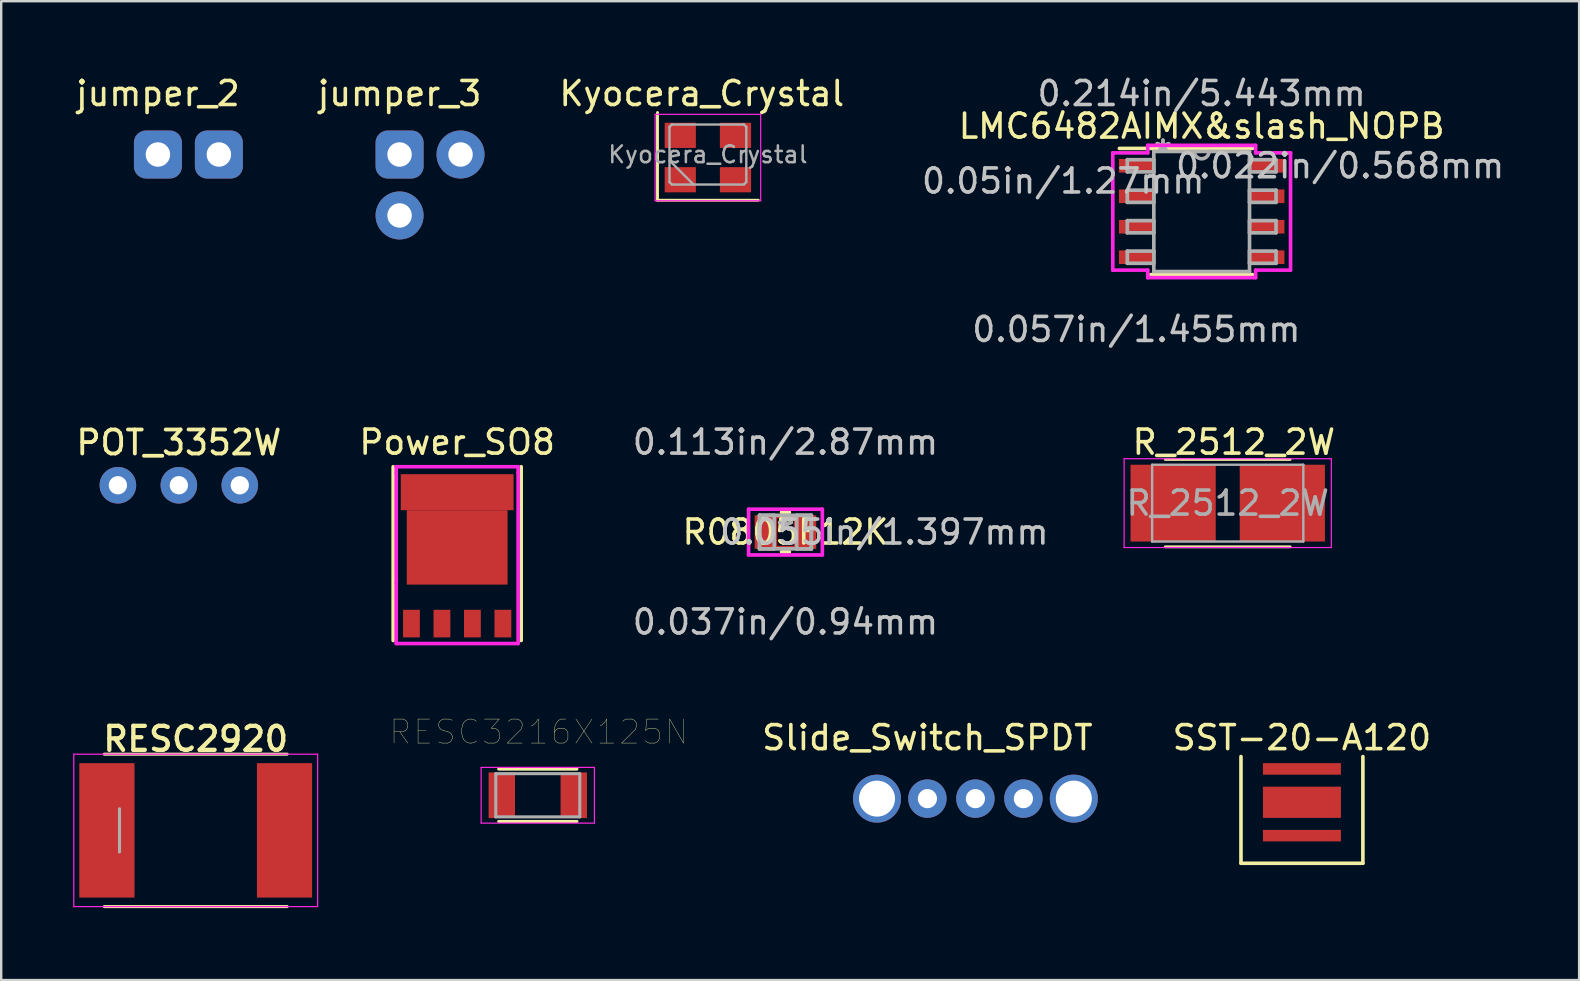
<source format=kicad_pcb>
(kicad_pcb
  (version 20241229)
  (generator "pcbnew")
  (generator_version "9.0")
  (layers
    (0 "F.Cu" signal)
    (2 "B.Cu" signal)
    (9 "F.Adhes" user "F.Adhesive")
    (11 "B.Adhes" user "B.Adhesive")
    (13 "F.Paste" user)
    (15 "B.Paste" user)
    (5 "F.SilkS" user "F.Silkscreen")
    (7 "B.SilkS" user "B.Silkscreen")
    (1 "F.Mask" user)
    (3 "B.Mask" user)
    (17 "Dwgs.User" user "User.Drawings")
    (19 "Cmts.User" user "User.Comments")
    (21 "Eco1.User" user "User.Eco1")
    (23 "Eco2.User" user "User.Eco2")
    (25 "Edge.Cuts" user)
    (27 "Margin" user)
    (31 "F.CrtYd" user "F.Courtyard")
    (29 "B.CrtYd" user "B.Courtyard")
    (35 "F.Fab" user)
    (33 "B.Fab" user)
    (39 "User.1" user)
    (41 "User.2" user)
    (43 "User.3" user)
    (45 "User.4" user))
  (footprint "Kyocera_Crystal"
    (layer "F.Cu")
    (at 26.447 3.515)
    (property "Reference" "Kyocera_Crystal" (at -0.254 -2.667 0) (layer "F.SilkS") (effects (font (size 1 1) (thickness 0.15))))
    (attr through_hole)
    (fp_line (start -2.1 -1.877) (end -2.1 1.778) (stroke (width 0.12) (type solid)) (layer "F.SilkS"))
    (fp_line (start -2.1 1.778) (end 2.1 1.778) (stroke (width 0.12) (type solid)) (layer "F.SilkS"))
    (fp_line (start -2.2 -1.8) (end -2.2 1.8) (stroke (width 0.05) (type solid)) (layer "F.CrtYd"))
    (fp_line (start -2.2 1.8) (end 2.2 1.8) (stroke (width 0.05) (type solid)) (layer "F.CrtYd"))
    (fp_line (start 2.2 -1.8) (end -2.2 -1.8) (stroke (width 0.05) (type solid)) (layer "F.CrtYd"))
    (fp_line (start 2.2 1.8) (end 2.2 -1.8) (stroke (width 0.05) (type solid)) (layer "F.CrtYd"))
    (fp_line (start -1.6 -1.277) (end -1.5 -1.377) (stroke (width 0.1) (type solid)) (layer "F.Fab"))
    (fp_line (start -1.6 0.123) (end -0.6 1.123) (stroke (width 0.1) (type solid)) (layer "F.Fab"))
    (fp_line (start -1.6 1.023) (end -1.6 -1.277) (stroke (width 0.1) (type solid)) (layer "F.Fab"))
    (fp_line (start -1.5 -1.377) (end 1.5 -1.377) (stroke (width 0.1) (type solid)) (layer "F.Fab"))
    (fp_line (start -1.5 1.123) (end -1.6 1.023) (stroke (width 0.1) (type solid)) (layer "F.Fab"))
    (fp_line (start 1.5 -1.377) (end 1.6 -1.277) (stroke (width 0.1) (type solid)) (layer "F.Fab"))
    (fp_line (start 1.5 1.123) (end -1.5 1.123) (stroke (width 0.1) (type solid)) (layer "F.Fab"))
    (fp_line (start 1.6 -1.277) (end 1.6 1.023) (stroke (width 0.1) (type solid)) (layer "F.Fab"))
    (fp_line (start 1.6 1.023) (end 1.5 1.123) (stroke (width 0.1) (type solid)) (layer "F.Fab"))
    (fp_text user "${REFERENCE}" (at 0 -0.127 0) (layer "F.Fab") (effects (font (size 0.7 0.7) (thickness 0.105))))
    (pad "1" smd rect (at -1.15 0.925) (size 1.3 1.05) (layers "F.Cu" "F.Mask" "F.Paste"))
    (pad "2" smd rect (at 1.15 0.925) (size 1.3 1.05) (layers "F.Cu" "F.Mask" "F.Paste"))
    (pad "3" smd rect (at 1.15 -0.925) (size 1.3 1.05) (layers "F.Cu" "F.Mask" "F.Paste"))
    (pad "4" smd rect (at -1.15 -0.925) (size 1.3 1.05) (layers "F.Cu" "F.Mask" "F.Paste")))
  (footprint "R0805F12K"
    (layer "F.Cu")
    (at 29.679 19.121)
    (property "Reference" "R0805F12K" (at 0 0 0) (layer "F.SilkS") (effects (font (size 1 1) (thickness 0.15))))
    (attr through_hole)
    (fp_line (start -0.419 -0.648) (end 0.419 -0.648) (stroke (width 0.152) (type solid)) (layer "F.Cu"))
    (fp_line (start -0.419 0.648) (end -0.419 -0.648) (stroke (width 0.152) (type solid)) (layer "F.Cu"))
    (fp_line (start 0.419 -0.648) (end 0.419 0.648) (stroke (width 0.152) (type solid)) (layer "F.Cu"))
    (fp_line (start 0.419 0.648) (end -0.419 0.648) (stroke (width 0.152) (type solid)) (layer "F.Cu"))
    (fp_line (start -0.162 0.826) (end 0.162 0.826) (stroke (width 0.152) (type solid)) (layer "F.SilkS"))
    (fp_line (start 0.162 -0.826) (end -0.162 -0.826) (stroke (width 0.152) (type solid)) (layer "F.SilkS"))
    (fp_line (start -1.537 -0.953) (end 1.537 -0.953) (stroke (width 0.152) (type solid)) (layer "F.CrtYd"))
    (fp_line (start -1.537 0.953) (end -1.537 -0.953) (stroke (width 0.152) (type solid)) (layer "F.CrtYd"))
    (fp_line (start 1.537 -0.953) (end 1.537 0.953) (stroke (width 0.152) (type solid)) (layer "F.CrtYd"))
    (fp_line (start 1.537 0.953) (end -1.537 0.953) (stroke (width 0.152) (type solid)) (layer "F.CrtYd"))
    (fp_line (start -1.079 -0.699) (end -1.079 0.699) (stroke (width 0.152) (type solid)) (layer "F.Fab"))
    (fp_line (start -1.079 -0.699) (end -1.079 0.699) (stroke (width 0.152) (type solid)) (layer "F.Fab"))
    (fp_line (start -1.079 0.699) (end -0.47 0.699) (stroke (width 0.152) (type solid)) (layer "F.Fab"))
    (fp_line (start -1.079 0.699) (end 1.079 0.699) (stroke (width 0.152) (type solid)) (layer "F.Fab"))
    (fp_line (start -0.47 -0.699) (end -1.079 -0.699) (stroke (width 0.152) (type solid)) (layer "F.Fab"))
    (fp_line (start -0.47 0.699) (end -0.47 -0.699) (stroke (width 0.152) (type solid)) (layer "F.Fab"))
    (fp_line (start 0.47 -0.699) (end 0.47 0.699) (stroke (width 0.152) (type solid)) (layer "F.Fab"))
    (fp_line (start 0.47 0.699) (end 1.079 0.699) (stroke (width 0.152) (type solid)) (layer "F.Fab"))
    (fp_line (start 1.079 -0.699) (end -1.079 -0.699) (stroke (width 0.152) (type solid)) (layer "F.Fab"))
    (fp_line (start 1.079 -0.699) (end 0.47 -0.699) (stroke (width 0.152) (type solid)) (layer "F.Fab"))
    (fp_line (start 1.079 0.699) (end 1.079 -0.699) (stroke (width 0.152) (type solid)) (layer "F.Fab"))
    (fp_line (start 1.079 0.699) (end 1.079 -0.699) (stroke (width 0.152) (type solid)) (layer "F.Fab"))
    (fp_text user "*" (at 0 0 0) (layer "F.SilkS") (effects (font (size 1 1) (thickness 0.15))))
    (fp_text user "0.055in/1.397mm" (at 4.128 0 0) (layer "Dwgs.User") (effects (font (size 1 1) (thickness 0.15))))
    (fp_text user "0.037in/0.94mm" (at 0 3.747 0) (layer "Dwgs.User") (effects (font (size 1 1) (thickness 0.15))))
    (fp_text user "0.113in/2.87mm" (at 0 -3.747 0) (layer "Dwgs.User") (effects (font (size 1 1) (thickness 0.15))))
    (fp_text user "Copyright 2016 Accelerated Designs. All rights reserved." (at 0 0 0) (layer "Cmts.User") (effects (font (size 0.127 0.127) (thickness 0.002))))
    (fp_text user "*" (at 0 0 0) (layer "F.Fab") (effects (font (size 1 1) (thickness 0.15))))
    (pad "1" smd rect (at -0.876 0) (size 0.813 1.397) (layers "F.Cu" "F.Mask" "F.Paste"))
    (pad "2" smd rect (at 0.876 0) (size 0.813 1.397) (layers "F.Cu" "F.Mask" "F.Paste")))
  (footprint "RESC2920"
    (layer "F.Cu")
    (at 5.105 31.551)
    (property "Reference" "RESC2920" (at 0 -3.81 0) (layer "F.SilkS") (effects (font (size 1.001 1.001) (thickness 0.18))))
    (attr through_hole)
    (fp_line (start -3.81 -3.175) (end 3.81 -3.175) (stroke (width 0.127) (type solid)) (layer "F.SilkS"))
    (fp_line (start -3.81 3.175) (end 3.81 3.175) (stroke (width 0.127) (type solid)) (layer "F.SilkS"))
    (fp_line (start -5.08 -3.175) (end 5.08 -3.175) (stroke (width 0.05) (type solid)) (layer "F.CrtYd"))
    (fp_line (start -5.08 3.175) (end -5.08 -3.175) (stroke (width 0.05) (type solid)) (layer "F.CrtYd"))
    (fp_line (start 5.08 -3.175) (end 5.08 3.175) (stroke (width 0.05) (type solid)) (layer "F.CrtYd"))
    (fp_line (start 5.08 3.175) (end -5.08 3.175) (stroke (width 0.05) (type solid)) (layer "F.CrtYd"))
    (fp_line (start -3.175 0.9) (end -3.175 -0.9) (stroke (width 0.127) (type solid)) (layer "F.Fab"))
    (pad "1" smd rect (at -3.7 0) (size 2.3 5.6) (layers "F.Cu" "F.Mask" "F.Paste"))
    (pad "2" smd rect (at 3.7 0) (size 2.3 5.6) (layers "F.Cu" "F.Mask" "F.Paste")))
  (footprint "POT_3352W"
    (layer "F.Cu")
    (at 4.402 17.17)
    (property "Reference" "POT_3352W" (at 0 -1.778 0) (layer "F.SilkS") (effects (font (size 1 1) (thickness 0.16))))
    (attr through_hole)
    (pad "1" thru_hole circle (at -2.54 0) (size 1.524 1.524) (drill 0.762) (layers "*.Cu" "*.Mask"))
    (pad "2" thru_hole circle (at 0 0) (size 1.524 1.524) (drill 0.762) (layers "*.Cu" "*.Mask"))
    (pad "3" thru_hole circle (at 2.54 0) (size 1.524 1.524) (drill 0.762) (layers "*.Cu" "*.Mask")))
  (footprint "RESC3216X125N"
    (layer "F.Cu")
    (at 19.359 30.088)
    (property "Reference" "RESC3216X125N" (at 0.04 -2.637 0) (layer "F.SilkS") (effects (font (size 1.001 1.001) (thickness 0.015))))
    (attr through_hole)
    (fp_line (start -1.63 -1.09) (end 1.63 -1.09) (stroke (width 0.127) (type solid)) (layer "F.SilkS"))
    (fp_line (start -1.63 1.09) (end 1.63 1.09) (stroke (width 0.127) (type solid)) (layer "F.SilkS"))
    (fp_line (start -2.36 -1.16) (end 2.36 -1.16) (stroke (width 0.05) (type solid)) (layer "F.CrtYd"))
    (fp_line (start -2.36 1.16) (end -2.36 -1.16) (stroke (width 0.05) (type solid)) (layer "F.CrtYd"))
    (fp_line (start 2.36 -1.16) (end 2.36 1.16) (stroke (width 0.05) (type solid)) (layer "F.CrtYd"))
    (fp_line (start 2.36 1.16) (end -2.36 1.16) (stroke (width 0.05) (type solid)) (layer "F.CrtYd"))
    (fp_line (start -1.75 -0.9) (end 1.75 -0.9) (stroke (width 0.127) (type solid)) (layer "F.Fab"))
    (fp_line (start -1.75 0.9) (end -1.75 -0.9) (stroke (width 0.127) (type solid)) (layer "F.Fab"))
    (fp_line (start 1.75 -0.9) (end 1.75 0.9) (stroke (width 0.127) (type solid)) (layer "F.Fab"))
    (fp_line (start 1.75 0.9) (end -1.75 0.9) (stroke (width 0.127) (type solid)) (layer "F.Fab"))
    (pad "1" smd rect (at -1.5 0) (size 1.1 1.9) (layers "F.Cu" "F.Mask" "F.Paste"))
    (pad "2" smd rect (at 1.5 0) (size 1.1 1.9) (layers "F.Cu" "F.Mask" "F.Paste")))
  (footprint "Power_SO8"
    (layer "F.Cu")
    (at 16 20.209)
    (property "Reference" "Power_SO8" (at 0 -4.834 0) (layer "F.SilkS") (effects (font (size 1 1) (thickness 0.15))))
    (attr through_hole)
    (fp_line (start -2.667 -3.81) (end -2.667 3.429) (stroke (width 0.15) (type solid)) (layer "F.SilkS"))
    (fp_line (start 2.667 -3.81) (end 2.667 3.429) (stroke (width 0.15) (type solid)) (layer "F.SilkS"))
    (fp_line (start -2.54 -3.81) (end -2.54 -3.556) (stroke (width 0.15) (type solid)) (layer "F.CrtYd"))
    (fp_line (start -2.54 -3.556) (end -2.54 1.016) (stroke (width 0.15) (type solid)) (layer "F.CrtYd"))
    (fp_line (start -2.54 1.016) (end -2.54 3.556) (stroke (width 0.15) (type solid)) (layer "F.CrtYd"))
    (fp_line (start -2.54 3.556) (end 2.54 3.556) (stroke (width 0.15) (type solid)) (layer "F.CrtYd"))
    (fp_line (start 2.54 -3.81) (end -2.54 -3.81) (stroke (width 0.15) (type solid)) (layer "F.CrtYd"))
    (fp_line (start 2.54 -3.556) (end 2.54 -3.81) (stroke (width 0.15) (type solid)) (layer "F.CrtYd"))
    (fp_line (start 2.54 3.556) (end 2.54 -3.556) (stroke (width 0.15) (type solid)) (layer "F.CrtYd"))
    (pad "1" smd rect (at 0 -2.75) (size 4.7 1.5) (layers "F.Cu" "F.Mask" "F.Paste"))
    (pad "1" smd rect (at 0 -0.45 180) (size 4.2 3.1) (layers "F.Cu" "F.Mask" "F.Paste"))
    (pad "2" smd rect (at 1.905 2.725) (size 0.7 1.15) (layers "F.Cu" "F.Mask" "F.Paste"))
    (pad "3" smd rect (at -1.905 2.725) (size 0.7 1.15) (layers "F.Cu" "F.Mask" "F.Paste"))
    (pad "3" smd rect (at -0.635 2.725) (size 0.7 1.15) (layers "F.Cu" "F.Mask" "F.Paste"))
    (pad "3" smd rect (at 0.635 2.725) (size 0.7 1.15) (layers "F.Cu" "F.Mask" "F.Paste")))
  (footprint "R_2512_2W"
    (layer "F.Cu")
    (at 48.108 17.915)
    (property "Reference" "R_2512_2W" (at 0.254 -2.54 0) (layer "F.SilkS") (effects (font (size 1 1) (thickness 0.15))))
    (attr through_hole)
    (fp_line (start -2.6 -1.82) (end 2.6 -1.82) (stroke (width 0.12) (type solid)) (layer "F.SilkS"))
    (fp_line (start 2.6 1.82) (end -2.6 1.82) (stroke (width 0.12) (type solid)) (layer "F.SilkS"))
    (fp_line (start -4.318 -1.85) (end -4.318 1.85) (stroke (width 0.05) (type solid)) (layer "F.CrtYd"))
    (fp_line (start -4.318 -1.85) (end 4.318 -1.85) (stroke (width 0.05) (type solid)) (layer "F.CrtYd"))
    (fp_line (start 4.318 1.85) (end -4.318 1.85) (stroke (width 0.05) (type solid)) (layer "F.CrtYd"))
    (fp_line (start 4.318 1.85) (end 4.318 -1.85) (stroke (width 0.05) (type solid)) (layer "F.CrtYd"))
    (fp_line (start -3.15 -1.6) (end 3.15 -1.6) (stroke (width 0.1) (type solid)) (layer "F.Fab"))
    (fp_line (start -3.15 1.6) (end -3.15 -1.6) (stroke (width 0.1) (type solid)) (layer "F.Fab"))
    (fp_line (start 3.15 -1.6) (end 3.15 1.6) (stroke (width 0.1) (type solid)) (layer "F.Fab"))
    (fp_line (start 3.15 1.6) (end -3.15 1.6) (stroke (width 0.1) (type solid)) (layer "F.Fab"))
    (fp_text user "${REFERENCE}" (at 0 0 0) (layer "F.Fab") (effects (font (size 1 1) (thickness 0.15))))
    (pad "1" smd rect (at -2.275 0) (size 3.55 3.2) (layers "F.Cu" "F.Mask" "F.Paste"))
    (pad "2" smd rect (at 2.275 0) (size 3.55 3.2) (layers "F.Cu" "F.Mask" "F.Paste")))
  (footprint "SST-20-A120"
    (layer "F.Cu")
    (at 51.2 30.38)
    (property "Reference" "SST-20-A120" (at 0 -2.692 0) (layer "F.SilkS") (effects (font (size 1 1) (thickness 0.15))))
    (attr through_hole)
    (fp_line (start -2.54 -1.905) (end -2.54 2.54) (stroke (width 0.15) (type solid)) (layer "F.SilkS"))
    (fp_line (start -2.54 2.54) (end 2.54 2.54) (stroke (width 0.15) (type solid)) (layer "F.SilkS"))
    (fp_line (start 2.54 2.54) (end 2.54 -1.905) (stroke (width 0.15) (type solid)) (layer "F.SilkS"))
    (pad "1" smd rect (at 0 1.39) (size 3.25 0.48) (layers "F.Cu" "F.Mask" "F.Paste"))
    (pad "2" smd rect (at 0 -1.39) (size 3.25 0.48) (layers "F.Cu" "F.Mask" "F.Paste"))
    (pad "3" smd rect (at 0 0) (size 3.25 1.3) (layers "F.Cu" "F.Mask" "F.Paste")))
  (footprint "Slide_Switch_SPDT"
    (layer "F.Cu")
    (at 35.594 30.228)
    (property "Reference" "Slide_Switch_SPDT" (at 0 -2.54 0) (layer "F.SilkS") (effects (font (size 1 1) (thickness 0.15))))
    (attr through_hole)
    (pad "" thru_hole circle (at -2.1 0) (size 2 2) (drill 1.5) (layers "*.Cu" "*.Mask"))
    (pad "" thru_hole circle (at 6.1 0) (size 2 2) (drill 1.5) (layers "*.Cu" "*.Mask"))
    (pad "1" thru_hole circle (at 0 0) (size 1.6 1.6) (drill 0.8) (layers "*.Cu" "*.Mask"))
    (pad "2" thru_hole circle (at 2 0) (size 1.6 1.6) (drill 0.8) (layers "*.Cu" "*.Mask"))
    (pad "3" thru_hole circle (at 4 0) (size 1.6 1.6) (drill 0.8) (layers "*.Cu" "*.Mask")))
  (footprint "jumper_2"
    (layer "F.Cu")
    (at 3.53 3.388)
    (property "Reference" "jumper_2" (at 0 -2.54 0) (layer "F.SilkS") (effects (font (size 1 1) (thickness 0.15))))
    (attr through_hole)
    (pad "1" thru_hole roundrect (at 0 0) (size 2 2) (drill 1.02) (layers "*.Cu" "*.Mask") (roundrect_rratio 0.25))
    (pad "2" thru_hole roundrect (at 2.54 0) (size 2 2) (drill 1.02) (layers "*.Cu" "*.Mask") (roundrect_rratio 0.25)))
  (footprint "LMC6482AIMX&slash_NOPB"
    (layer "F.Cu")
    (at 47.022 5.763)
    (property "Reference" "LMC6482AIMX&slash_NOPB" (at 0 -3.556 0) (layer "F.SilkS") (effects (font (size 1 1) (thickness 0.15))))
    (attr through_hole)
    (fp_line (start -2.121 2.629) (end 2.121 2.629) (stroke (width 0.152) (type solid)) (layer "F.SilkS"))
    (fp_line (start 2.121 -2.629) (end -3.429 -2.629) (stroke (width 0.152) (type solid)) (layer "F.SilkS"))
    (fp_line (start -3.703 -2.443) (end -2.248 -2.443) (stroke (width 0.152) (type solid)) (layer "F.CrtYd"))
    (fp_line (start -3.703 2.443) (end -3.703 -2.443) (stroke (width 0.152) (type solid)) (layer "F.CrtYd"))
    (fp_line (start -2.248 -2.756) (end 2.248 -2.756) (stroke (width 0.152) (type solid)) (layer "F.CrtYd"))
    (fp_line (start -2.248 -2.443) (end -2.248 -2.756) (stroke (width 0.152) (type solid)) (layer "F.CrtYd"))
    (fp_line (start -2.248 2.443) (end -3.703 2.443) (stroke (width 0.152) (type solid)) (layer "F.CrtYd"))
    (fp_line (start -2.248 2.756) (end -2.248 2.443) (stroke (width 0.152) (type solid)) (layer "F.CrtYd"))
    (fp_line (start 2.248 -2.756) (end 2.248 -2.443) (stroke (width 0.152) (type solid)) (layer "F.CrtYd"))
    (fp_line (start 2.248 -2.443) (end 3.703 -2.443) (stroke (width 0.152) (type solid)) (layer "F.CrtYd"))
    (fp_line (start 2.248 2.443) (end 2.248 2.756) (stroke (width 0.152) (type solid)) (layer "F.CrtYd"))
    (fp_line (start 2.248 2.756) (end -2.248 2.756) (stroke (width 0.152) (type solid)) (layer "F.CrtYd"))
    (fp_line (start 3.703 -2.443) (end 3.703 2.443) (stroke (width 0.152) (type solid)) (layer "F.CrtYd"))
    (fp_line (start 3.703 2.443) (end 2.248 2.443) (stroke (width 0.152) (type solid)) (layer "F.CrtYd"))
    (fp_line (start -3.099 -2.159) (end -3.099 -1.651) (stroke (width 0.152) (type solid)) (layer "F.Fab"))
    (fp_line (start -3.099 -1.651) (end -1.994 -1.651) (stroke (width 0.152) (type solid)) (layer "F.Fab"))
    (fp_line (start -3.099 -0.889) (end -3.099 -0.381) (stroke (width 0.152) (type solid)) (layer "F.Fab"))
    (fp_line (start -3.099 -0.381) (end -1.994 -0.381) (stroke (width 0.152) (type solid)) (layer "F.Fab"))
    (fp_line (start -3.099 0.381) (end -3.099 0.889) (stroke (width 0.152) (type solid)) (layer "F.Fab"))
    (fp_line (start -3.099 0.889) (end -1.994 0.889) (stroke (width 0.152) (type solid)) (layer "F.Fab"))
    (fp_line (start -3.099 1.651) (end -3.099 2.159) (stroke (width 0.152) (type solid)) (layer "F.Fab"))
    (fp_line (start -3.099 2.159) (end -1.994 2.159) (stroke (width 0.152) (type solid)) (layer "F.Fab"))
    (fp_line (start -1.994 -2.502) (end -1.994 2.502) (stroke (width 0.152) (type solid)) (layer "F.Fab"))
    (fp_line (start -1.994 -2.159) (end -3.099 -2.159) (stroke (width 0.152) (type solid)) (layer "F.Fab"))
    (fp_line (start -1.994 -1.651) (end -1.994 -2.159) (stroke (width 0.152) (type solid)) (layer "F.Fab"))
    (fp_line (start -1.994 -0.889) (end -3.099 -0.889) (stroke (width 0.152) (type solid)) (layer "F.Fab"))
    (fp_line (start -1.994 -0.381) (end -1.994 -0.889) (stroke (width 0.152) (type solid)) (layer "F.Fab"))
    (fp_line (start -1.994 0.381) (end -3.099 0.381) (stroke (width 0.152) (type solid)) (layer "F.Fab"))
    (fp_line (start -1.994 0.889) (end -1.994 0.381) (stroke (width 0.152) (type solid)) (layer "F.Fab"))
    (fp_line (start -1.994 1.651) (end -3.099 1.651) (stroke (width 0.152) (type solid)) (layer "F.Fab"))
    (fp_line (start -1.994 2.159) (end -1.994 1.651) (stroke (width 0.152) (type solid)) (layer "F.Fab"))
    (fp_line (start -1.994 2.502) (end 1.994 2.502) (stroke (width 0.152) (type solid)) (layer "F.Fab"))
    (fp_line (start 1.994 -2.502) (end -1.994 -2.502) (stroke (width 0.152) (type solid)) (layer "F.Fab"))
    (fp_line (start 1.994 -2.159) (end 1.994 -1.651) (stroke (width 0.152) (type solid)) (layer "F.Fab"))
    (fp_line (start 1.994 -1.651) (end 3.099 -1.651) (stroke (width 0.152) (type solid)) (layer "F.Fab"))
    (fp_line (start 1.994 -0.889) (end 1.994 -0.381) (stroke (width 0.152) (type solid)) (layer "F.Fab"))
    (fp_line (start 1.994 -0.381) (end 3.099 -0.381) (stroke (width 0.152) (type solid)) (layer "F.Fab"))
    (fp_line (start 1.994 0.381) (end 1.994 0.889) (stroke (width 0.152) (type solid)) (layer "F.Fab"))
    (fp_line (start 1.994 0.889) (end 3.099 0.889) (stroke (width 0.152) (type solid)) (layer "F.Fab"))
    (fp_line (start 1.994 1.651) (end 1.994 2.159) (stroke (width 0.152) (type solid)) (layer "F.Fab"))
    (fp_line (start 1.994 2.159) (end 3.099 2.159) (stroke (width 0.152) (type solid)) (layer "F.Fab"))
    (fp_line (start 1.994 2.502) (end 1.994 -2.502) (stroke (width 0.152) (type solid)) (layer "F.Fab"))
    (fp_line (start 3.099 -2.159) (end 1.994 -2.159) (stroke (width 0.152) (type solid)) (layer "F.Fab"))
    (fp_line (start 3.099 -1.651) (end 3.099 -2.159) (stroke (width 0.152) (type solid)) (layer "F.Fab"))
    (fp_line (start 3.099 -0.889) (end 1.994 -0.889) (stroke (width 0.152) (type solid)) (layer "F.Fab"))
    (fp_line (start 3.099 -0.381) (end 3.099 -0.889) (stroke (width 0.152) (type solid)) (layer "F.Fab"))
    (fp_line (start 3.099 0.381) (end 1.994 0.381) (stroke (width 0.152) (type solid)) (layer "F.Fab"))
    (fp_line (start 3.099 0.889) (end 3.099 0.381) (stroke (width 0.152) (type solid)) (layer "F.Fab"))
    (fp_line (start 3.099 1.651) (end 1.994 1.651) (stroke (width 0.152) (type solid)) (layer "F.Fab"))
    (fp_line (start 3.099 2.159) (end 3.099 1.651) (stroke (width 0.152) (type solid)) (layer "F.Fab"))
    (fp_arc (start 0.3048 -2.5019) (mid 0 -2.1971) (end -0.3048 -2.5019) (stroke (width 0.1524) (type solid)) (layer "F.Fab"))
    (fp_text user "0.022in/0.568mm" (at 5.769 -1.905 0) (layer "Dwgs.User") (effects (font (size 1 1) (thickness 0.15))))
    (fp_text user "0.057in/1.455mm" (at -2.721 4.915 0) (layer "Dwgs.User") (effects (font (size 1 1) (thickness 0.15))))
    (fp_text user "0.214in/5.443mm" (at 0 -4.915 0) (layer "Dwgs.User") (effects (font (size 1 1) (thickness 0.15))))
    (fp_text user "0.05in/1.27mm" (at -5.769 -1.27 0) (layer "Dwgs.User") (effects (font (size 1 1) (thickness 0.15))))
    (fp_text user "Copyright 2016 Accelerated Designs. All rights reserved." (at 0 0 0) (layer "Cmts.User") (effects (font (size 0.127 0.127) (thickness 0.002))))
    (fp_text user "*" (at -1.613 -2.426 0) (layer "F.Fab") (effects (font (size 1 1) (thickness 0.15))))
    (fp_text user "*" (at -1.613 -2.426 0) (layer "F.Fab") (effects (font (size 1 1) (thickness 0.15))))
    (pad "1" smd rect (at -2.721 -1.905) (size 1.455 0.568) (layers "F.Cu" "F.Mask" "F.Paste"))
    (pad "2" smd rect (at -2.721 -0.635) (size 1.455 0.568) (layers "F.Cu" "F.Mask" "F.Paste"))
    (pad "3" smd rect (at -2.721 0.635) (size 1.455 0.568) (layers "F.Cu" "F.Mask" "F.Paste"))
    (pad "4" smd rect (at -2.721 1.905) (size 1.455 0.568) (layers "F.Cu" "F.Mask" "F.Paste"))
    (pad "5" smd rect (at 2.721 1.905) (size 1.455 0.568) (layers "F.Cu" "F.Mask" "F.Paste"))
    (pad "6" smd rect (at 2.721 0.635) (size 1.455 0.568) (layers "F.Cu" "F.Mask" "F.Paste"))
    (pad "7" smd rect (at 2.721 -0.635) (size 1.455 0.568) (layers "F.Cu" "F.Mask" "F.Paste"))
    (pad "8" smd rect (at 2.721 -1.905) (size 1.455 0.568) (layers "F.Cu" "F.Mask" "F.Paste")))
  (footprint "jumper_3"
    (layer "F.Cu")
    (at 13.6 3.388)
    (property "Reference" "jumper_3" (at 0 -2.54 0) (layer "F.SilkS") (effects (font (size 1 1) (thickness 0.15))))
    (attr through_hole)
    (pad "1" thru_hole roundrect (at 0 0) (size 2 2) (drill 1.02) (layers "*.Cu" "*.Mask") (roundrect_rratio 0.25))
    (pad "2" thru_hole circle (at 2.54 0) (size 2 2) (drill 1.02) (layers "*.Cu" "*.Mask"))
    (pad "3" thru_hole circle (at 0 2.54) (size 2 2) (drill 1.02) (layers "*.Cu" "*.Mask")))
  (gr_rect
    (start -3 -3)
    (end 62.75 37.789)
    (stroke (width 0.1) (type default))
    (fill no)
    (layer "Edge.Cuts")))
</source>
